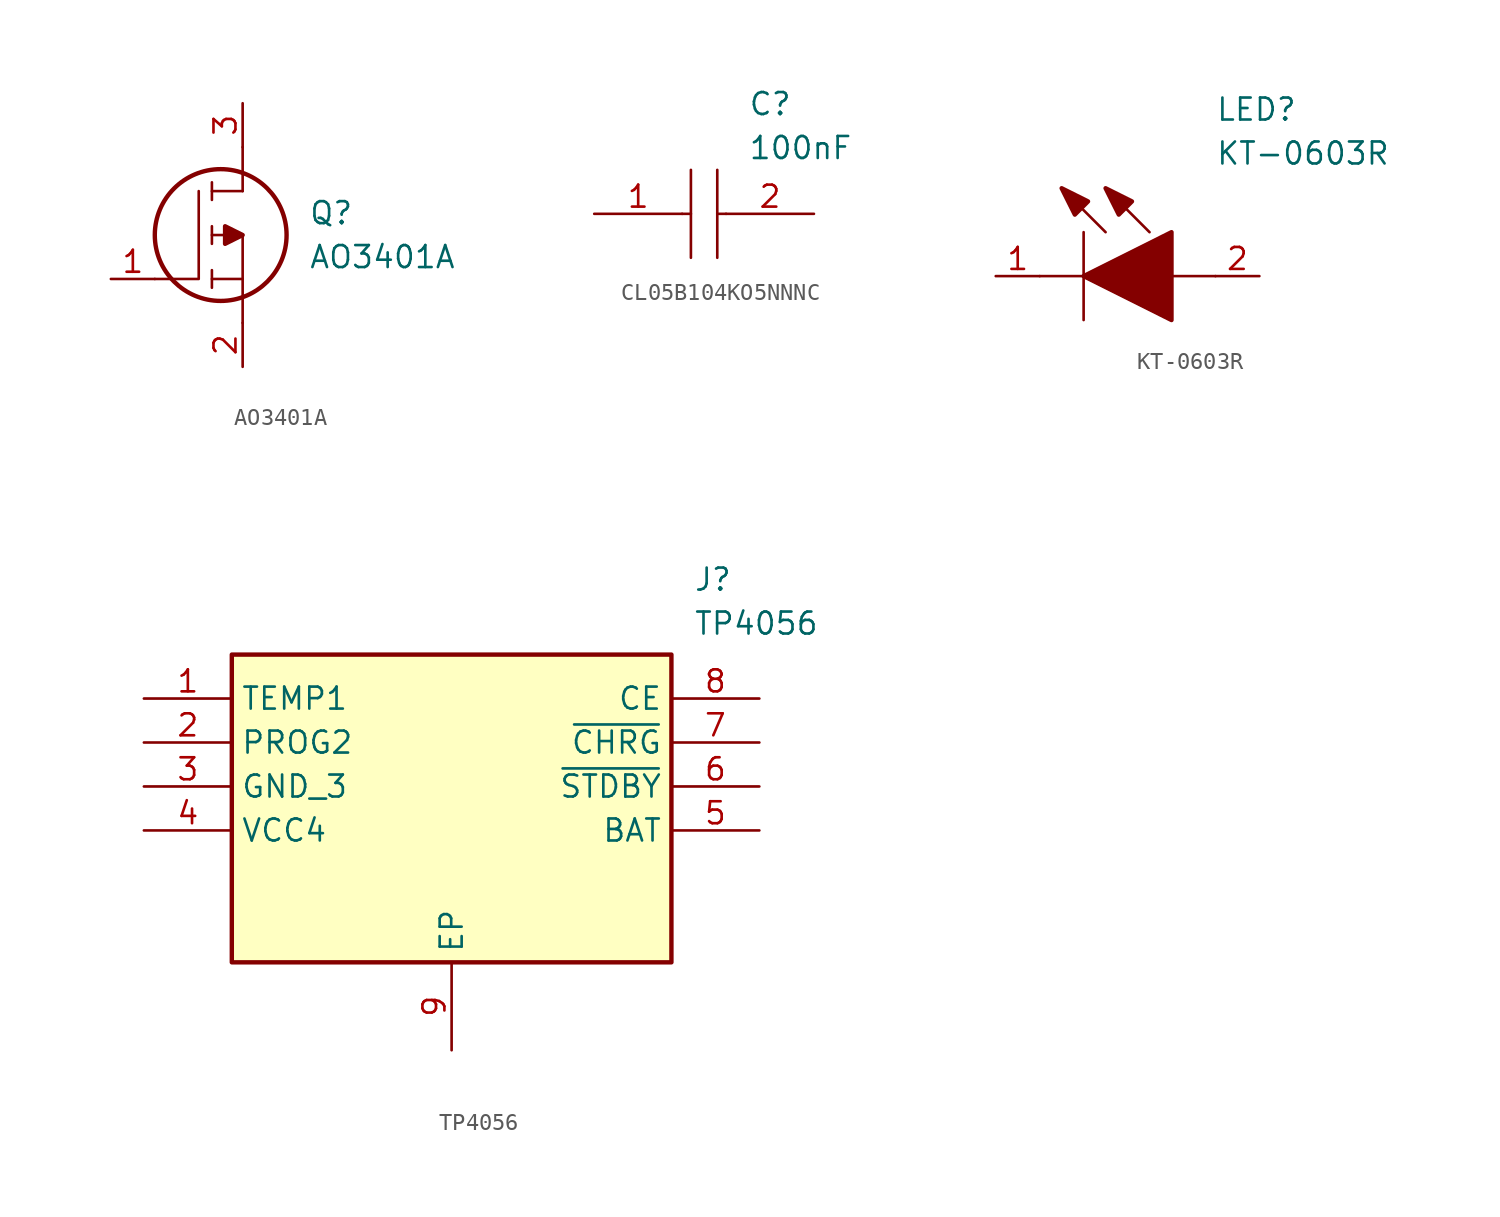
<source format=kicad_sym>
(kicad_symbol_lib
  (version 20231120)
  (generator "kicad_symbol_editor")
  (generator_version "8.0")
  (symbol "AO3401A"
    (pin_names
      (offset 0.762))
    (property "Reference" "Q"
      (at 11.43 3.81 0)
      (effects (font (size 1.27 1.27)) (justify left)))
    (property "Value" "AO3401A"
      (at 11.43 1.27 0)
      (effects (font (size 1.27 1.27)) (justify left)))
    (symbol "AO3401A_0_0"
      (pin passive line (at 0 0 0) (length 2.54) (name "~" (effects (font (size 1.27 1.27)))) (number "1" (effects (font (size 1.27 1.27)))))
      (pin passive line (at 7.62 -5.08 90) (length 2.54) (name "~" (effects (font (size 1.27 1.27)))) (number "2" (effects (font (size 1.27 1.27)))))
      (pin passive line (at 7.62 10.16 270) (length 2.54) (name "~" (effects (font (size 1.27 1.27)))) (number "3" (effects (font (size 1.27 1.27))))))
    (symbol "AO3401A_0_1"
      (polyline (pts (xy 5.842 -0.508) (xy 5.842 0.508)) (stroke (width 0.152) (type solid)) (fill (type none)))
      (polyline (pts (xy 5.842 0) (xy 7.62 0)) (stroke (width 0.152) (type solid)) (fill (type none)))
      (polyline (pts (xy 5.842 2.032) (xy 5.842 3.048)) (stroke (width 0.152) (type solid)) (fill (type none)))
      (polyline (pts (xy 5.842 5.588) (xy 5.842 4.572)) (stroke (width 0.152) (type solid)) (fill (type none)))
      (polyline (pts (xy 7.62 2.54) (xy 5.842 2.54)) (stroke (width 0.152) (type solid)) (fill (type none)))
      (polyline (pts (xy 7.62 2.54) (xy 7.62 -2.54)) (stroke (width 0.152) (type solid)) (fill (type none)))
      (polyline (pts (xy 7.62 5.08) (xy 5.842 5.08)) (stroke (width 0.152) (type solid)) (fill (type none)))
      (polyline (pts (xy 7.62 5.08) (xy 7.62 7.62)) (stroke (width 0.152) (type solid)) (fill (type none)))
      (polyline (pts (xy 2.54 0) (xy 5.08 0) (xy 5.08 5.08)) (stroke (width 0.152) (type solid)) (fill (type none)))
      (polyline (pts (xy 7.62 2.54) (xy 6.604 3.048) (xy 6.604 2.032) (xy 7.62 2.54)) (stroke (width 0.254) (type solid)) (fill (type outline)))
      (circle (center 6.35 2.54) (radius 3.81) (stroke (width 0.254) (type solid)) (fill (type none)))))
  (symbol "CL05B104KO5NNNC"
    (pin_names
      (offset 0.762))
    (property "Reference" "C"
      (at 8.89 6.35 0)
      (effects (font (size 1.27 1.27)) (justify left)))
    (property "Value" "100nF"
      (at 8.89 3.81 0)
      (effects (font (size 1.27 1.27)) (justify left)))
    (symbol "CL05B104KO5NNNC_0_0"
      (pin passive line (at 0 0 0) (length 5.08) (name "~" (effects (font (size 1.27 1.27)))) (number "1" (effects (font (size 1.27 1.27)))))
      (pin passive line (at 12.7 0 180) (length 5.08) (name "~" (effects (font (size 1.27 1.27)))) (number "2" (effects (font (size 1.27 1.27))))))
    (symbol "CL05B104KO5NNNC_0_1"
      (polyline (pts (xy 5.08 0) (xy 5.588 0)) (stroke (width 0.152) (type solid)) (fill (type none)))
      (polyline (pts (xy 5.588 2.54) (xy 5.588 -2.54)) (stroke (width 0.152) (type solid)) (fill (type none)))
      (polyline (pts (xy 7.112 0) (xy 7.62 0)) (stroke (width 0.152) (type solid)) (fill (type none)))
      (polyline (pts (xy 7.112 2.54) (xy 7.112 -2.54)) (stroke (width 0.152) (type solid)) (fill (type none)))))
  (symbol "KT-0603R"
    (pin_names
      (offset 0.762))
    (property "Reference" "LED"
      (at 12.7 8.89 0)
      (effects (font (size 1.27 1.27)) (justify left bottom)))
    (property "Value" "KT-0603R"
      (at 12.7 6.35 0)
      (effects (font (size 1.27 1.27)) (justify left bottom)))
    (symbol "KT-0603R_0_0"
      (pin passive line (at 0 0 0) (length 2.54) (name "~" (effects (font (size 1.27 1.27)))) (number "1" (effects (font (size 1.27 1.27)))))
      (pin passive line (at 15.24 0 180) (length 2.54) (name "~" (effects (font (size 1.27 1.27)))) (number "2" (effects (font (size 1.27 1.27))))))
    (symbol "KT-0603R_0_1"
      (polyline (pts (xy 2.54 0) (xy 5.08 0)) (stroke (width 0.152) (type solid)) (fill (type none)))
      (polyline (pts (xy 5.08 2.54) (xy 5.08 -2.54)) (stroke (width 0.152) (type solid)) (fill (type none)))
      (polyline (pts (xy 6.35 2.54) (xy 3.81 5.08)) (stroke (width 0.152) (type solid)) (fill (type none)))
      (polyline (pts (xy 8.89 2.54) (xy 6.35 5.08)) (stroke (width 0.152) (type solid)) (fill (type none)))
      (polyline (pts (xy 10.16 0) (xy 12.7 0)) (stroke (width 0.152) (type solid)) (fill (type none)))
      (polyline (pts (xy 5.08 0) (xy 10.16 2.54) (xy 10.16 -2.54) (xy 5.08 0)) (stroke (width 0.254) (type solid)) (fill (type outline)))
      (polyline (pts (xy 5.334 4.318) (xy 4.572 3.556) (xy 3.81 5.08) (xy 5.334 4.318)) (stroke (width 0.254) (type solid)) (fill (type outline)))
      (polyline (pts (xy 7.874 4.318) (xy 7.112 3.556) (xy 6.35 5.08) (xy 7.874 4.318)) (stroke (width 0.254) (type solid)) (fill (type outline)))))
  (symbol "TP4056"
    (property "Reference" "J"
      (at 31.75 7.62 0)
      (effects (font (size 1.27 1.27)) (justify left top)))
    (property "Value" "TP4056"
      (at 31.75 5.08 0)
      (effects (font (size 1.27 1.27)) (justify left top)))
    (symbol "TP4056_1_1"
      (rectangle (start 5.08 2.54) (end 30.48 -15.24) (stroke (width 0.254) (type default)) (fill (type background)))
      (pin passive line (at 0 0 0) (length 5.08) (name "TEMP1" (effects (font (size 1.27 1.27)))) (number "1" (effects (font (size 1.27 1.27)))))
      (pin passive line (at 0 -2.54 0) (length 5.08) (name "PROG2" (effects (font (size 1.27 1.27)))) (number "2" (effects (font (size 1.27 1.27)))))
      (pin passive line (at 0 -5.08 0) (length 5.08) (name "GND_3" (effects (font (size 1.27 1.27)))) (number "3" (effects (font (size 1.27 1.27)))))
      (pin passive line (at 0 -7.62 0) (length 5.08) (name "VCC4" (effects (font (size 1.27 1.27)))) (number "4" (effects (font (size 1.27 1.27)))))
      (pin passive line (at 35.56 -7.62 180) (length 5.08) (name "BAT" (effects (font (size 1.27 1.27)))) (number "5" (effects (font (size 1.27 1.27)))))
      (pin passive line (at 35.56 -5.08 180) (length 5.08) (name "~{STDBY}" (effects (font (size 1.27 1.27)))) (number "6" (effects (font (size 1.27 1.27)))))
      (pin passive line (at 35.56 -2.54 180) (length 5.08) (name "~{CHRG}" (effects (font (size 1.27 1.27)))) (number "7" (effects (font (size 1.27 1.27)))))
      (pin passive line (at 35.56 0 180) (length 5.08) (name "CE" (effects (font (size 1.27 1.27)))) (number "8" (effects (font (size 1.27 1.27)))))
      (pin passive line (at 17.78 -20.32 90) (length 5.08) (name "EP" (effects (font (size 1.27 1.27)))) (number "9" (effects (font (size 1.27 1.27))))))))
</source>
